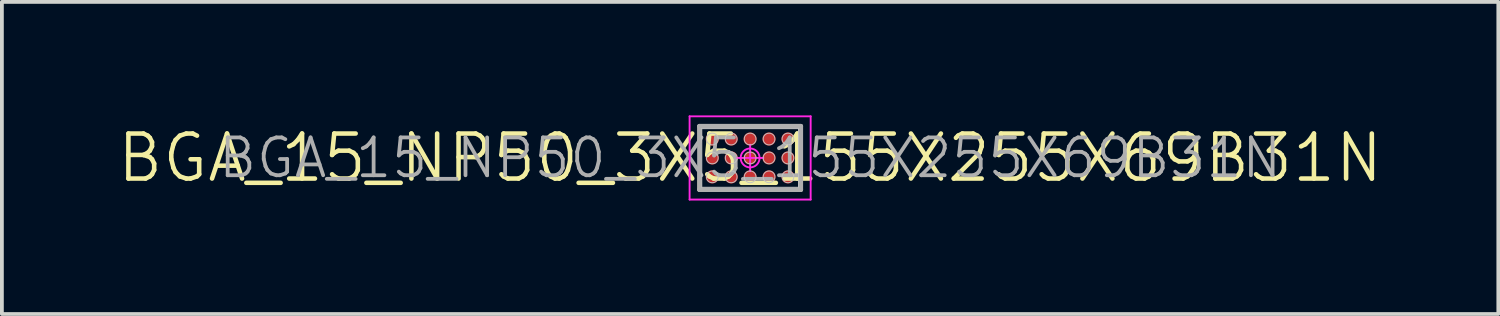
<source format=kicad_pcb>
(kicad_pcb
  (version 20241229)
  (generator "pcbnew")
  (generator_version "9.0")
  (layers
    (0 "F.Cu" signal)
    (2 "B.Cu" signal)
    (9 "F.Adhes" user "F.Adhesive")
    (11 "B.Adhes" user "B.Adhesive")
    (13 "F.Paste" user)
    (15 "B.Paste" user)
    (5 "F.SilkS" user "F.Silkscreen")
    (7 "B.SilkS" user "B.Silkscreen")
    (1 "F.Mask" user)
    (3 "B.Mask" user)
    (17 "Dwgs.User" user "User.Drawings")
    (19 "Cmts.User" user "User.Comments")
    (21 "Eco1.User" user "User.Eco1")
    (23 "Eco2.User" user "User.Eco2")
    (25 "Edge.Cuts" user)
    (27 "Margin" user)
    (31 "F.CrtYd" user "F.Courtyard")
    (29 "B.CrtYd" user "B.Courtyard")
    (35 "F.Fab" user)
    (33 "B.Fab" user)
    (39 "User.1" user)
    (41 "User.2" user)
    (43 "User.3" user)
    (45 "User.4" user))
  (footprint "BGA_15_NP50_3X5_155X255X69B31N"
    (layer "F.Cu")
    (at 16.778 1.125)
    (property "Reference" "BGA_15_NP50_3X5_155X255X69B31N" (at 0 0 0) (layer "F.Fab") (effects (font (size 1 1) (thickness 0.1))))
    (attr smd)
    (fp_line (start -1.34 -0.84) (end -0.92 -0.84) (stroke (width 0.1) (type solid)) (layer "F.SilkS"))
    (fp_line (start -1.34 -0.42) (end -1.34 -0.84) (stroke (width 0.1) (type solid)) (layer "F.SilkS"))
    (fp_line (start -1.34 0.42) (end -1.34 0.84) (stroke (width 0.1) (type solid)) (layer "F.SilkS"))
    (fp_line (start -1.34 0.84) (end -0.92 0.84) (stroke (width 0.1) (type solid)) (layer "F.SilkS"))
    (fp_line (start 1.34 -0.84) (end 0.92 -0.84) (stroke (width 0.1) (type solid)) (layer "F.SilkS"))
    (fp_line (start 1.34 -0.42) (end 1.34 -0.84) (stroke (width 0.1) (type solid)) (layer "F.SilkS"))
    (fp_line (start 1.34 0.42) (end 1.34 0.84) (stroke (width 0.1) (type solid)) (layer "F.SilkS"))
    (fp_line (start 1.34 0.84) (end 0.92 0.84) (stroke (width 0.1) (type solid)) (layer "F.SilkS"))
    (fp_line (start -1.278 -0.775) (end 1.278 -0.775) (stroke (width 0.025) (type solid)) (layer "Dwgs.User"))
    (fp_line (start -1.278 0.775) (end -1.278 -0.775) (stroke (width 0.025) (type solid)) (layer "Dwgs.User"))
    (fp_line (start 1.278 -0.775) (end 1.278 0.775) (stroke (width 0.025) (type solid)) (layer "Dwgs.User"))
    (fp_line (start 1.278 0.775) (end -1.278 0.775) (stroke (width 0.025) (type solid)) (layer "Dwgs.User"))
    (fp_circle (center -1 -0.5) (end -1 -0.345) (stroke (width 0.025) (type solid)) (fill no) (layer "Dwgs.User"))
    (fp_circle (center -1 0) (end -1 0.155) (stroke (width 0.025) (type solid)) (fill no) (layer "Dwgs.User"))
    (fp_circle (center -1 0.5) (end -1 0.655) (stroke (width 0.025) (type solid)) (fill no) (layer "Dwgs.User"))
    (fp_circle (center -0.5 -0.5) (end -0.5 -0.345) (stroke (width 0.025) (type solid)) (fill no) (layer "Dwgs.User"))
    (fp_circle (center -0.5 0) (end -0.5 0.155) (stroke (width 0.025) (type solid)) (fill no) (layer "Dwgs.User"))
    (fp_circle (center -0.5 0.5) (end -0.5 0.655) (stroke (width 0.025) (type solid)) (fill no) (layer "Dwgs.User"))
    (fp_circle (center 0 -0.5) (end 0 -0.345) (stroke (width 0.025) (type solid)) (fill no) (layer "Dwgs.User"))
    (fp_circle (center 0 0) (end 0 0.155) (stroke (width 0.025) (type solid)) (fill no) (layer "Dwgs.User"))
    (fp_circle (center 0 0.5) (end 0 0.655) (stroke (width 0.025) (type solid)) (fill no) (layer "Dwgs.User"))
    (fp_circle (center 0.5 -0.5) (end 0.5 -0.345) (stroke (width 0.025) (type solid)) (fill no) (layer "Dwgs.User"))
    (fp_circle (center 0.5 0) (end 0.5 0.155) (stroke (width 0.025) (type solid)) (fill no) (layer "Dwgs.User"))
    (fp_circle (center 0.5 0.5) (end 0.5 0.655) (stroke (width 0.025) (type solid)) (fill no) (layer "Dwgs.User"))
    (fp_circle (center 1 -0.5) (end 1 -0.345) (stroke (width 0.025) (type solid)) (fill no) (layer "Dwgs.User"))
    (fp_circle (center 1 0) (end 1 0.155) (stroke (width 0.025) (type solid)) (fill no) (layer "Dwgs.User"))
    (fp_circle (center 1 0.5) (end 1 0.655) (stroke (width 0.025) (type solid)) (fill no) (layer "Dwgs.User"))
    (fp_line (start -1.6 -1.1) (end 1.6 -1.1) (stroke (width 0.05) (type solid)) (layer "F.CrtYd"))
    (fp_line (start -1.6 1.1) (end -1.6 -1.1) (stroke (width 0.05) (type solid)) (layer "F.CrtYd"))
    (fp_line (start 0 -0.35) (end 0 0.35) (stroke (width 0.05) (type solid)) (layer "F.CrtYd"))
    (fp_line (start 0.35 0) (end -0.35 0) (stroke (width 0.05) (type solid)) (layer "F.CrtYd"))
    (fp_line (start 1.6 -1.1) (end 1.6 1.1) (stroke (width 0.05) (type solid)) (layer "F.CrtYd"))
    (fp_line (start 1.6 1.1) (end -1.6 1.1) (stroke (width 0.05) (type solid)) (layer "F.CrtYd"))
    (fp_circle (center 0 0) (end 0 0.25) (stroke (width 0.05) (type solid)) (fill no) (layer "F.CrtYd"))
    (fp_line (start -1.34 -0.84) (end 1.34 -0.84) (stroke (width 0.12) (type solid)) (layer "F.Fab"))
    (fp_line (start -1.34 0.84) (end -1.34 -0.84) (stroke (width 0.12) (type solid)) (layer "F.Fab"))
    (fp_line (start 1.34 -0.84) (end 1.34 0.84) (stroke (width 0.12) (type solid)) (layer "F.Fab"))
    (fp_line (start 1.34 0.84) (end -1.34 0.84) (stroke (width 0.12) (type solid)) (layer "F.Fab"))
    (fp_text user "${REFERENCE}" (at 0 0 0) (layer "F.SilkS") (effects (font (size 1.19 1.19) (thickness 0.12))))
    (pad "A1" smd circle (at -1 -0.5) (size 0.35 0.35) (layers "F.Cu" "F.Mask" "F.Paste"))
    (pad "A2" smd circle (at -0.5 -0.5) (size 0.35 0.35) (layers "F.Cu" "F.Mask" "F.Paste"))
    (pad "A3" smd circle (at 0 -0.5) (size 0.35 0.35) (layers "F.Cu" "F.Mask" "F.Paste"))
    (pad "A4" smd circle (at 0.5 -0.5) (size 0.35 0.35) (layers "F.Cu" "F.Mask" "F.Paste"))
    (pad "A5" smd circle (at 1 -0.5) (size 0.35 0.35) (layers "F.Cu" "F.Mask" "F.Paste"))
    (pad "B1" smd circle (at -1 0) (size 0.35 0.35) (layers "F.Cu" "F.Mask" "F.Paste"))
    (pad "B2" smd circle (at -0.5 0) (size 0.35 0.35) (layers "F.Cu" "F.Mask" "F.Paste"))
    (pad "B3" smd circle (at 0 0) (size 0.35 0.35) (layers "F.Cu" "F.Mask" "F.Paste"))
    (pad "B4" smd circle (at 0.5 0) (size 0.35 0.35) (layers "F.Cu" "F.Mask" "F.Paste"))
    (pad "B5" smd circle (at 1 0) (size 0.35 0.35) (layers "F.Cu" "F.Mask" "F.Paste"))
    (pad "C1" smd circle (at -1 0.5) (size 0.35 0.35) (layers "F.Cu" "F.Mask" "F.Paste"))
    (pad "C2" smd circle (at -0.5 0.5) (size 0.35 0.35) (layers "F.Cu" "F.Mask" "F.Paste"))
    (pad "C3" smd circle (at 0 0.5) (size 0.35 0.35) (layers "F.Cu" "F.Mask" "F.Paste"))
    (pad "C4" smd circle (at 0.5 0.5) (size 0.35 0.35) (layers "F.Cu" "F.Mask" "F.Paste"))
    (pad "C5" smd circle (at 1 0.5) (size 0.35 0.35) (layers "F.Cu" "F.Mask" "F.Paste")))
  (gr_rect
    (start -3 -3)
    (end 36.555 5.25)
    (stroke (width 0.1) (type default))
    (fill no)
    (layer "Edge.Cuts")))
</source>
